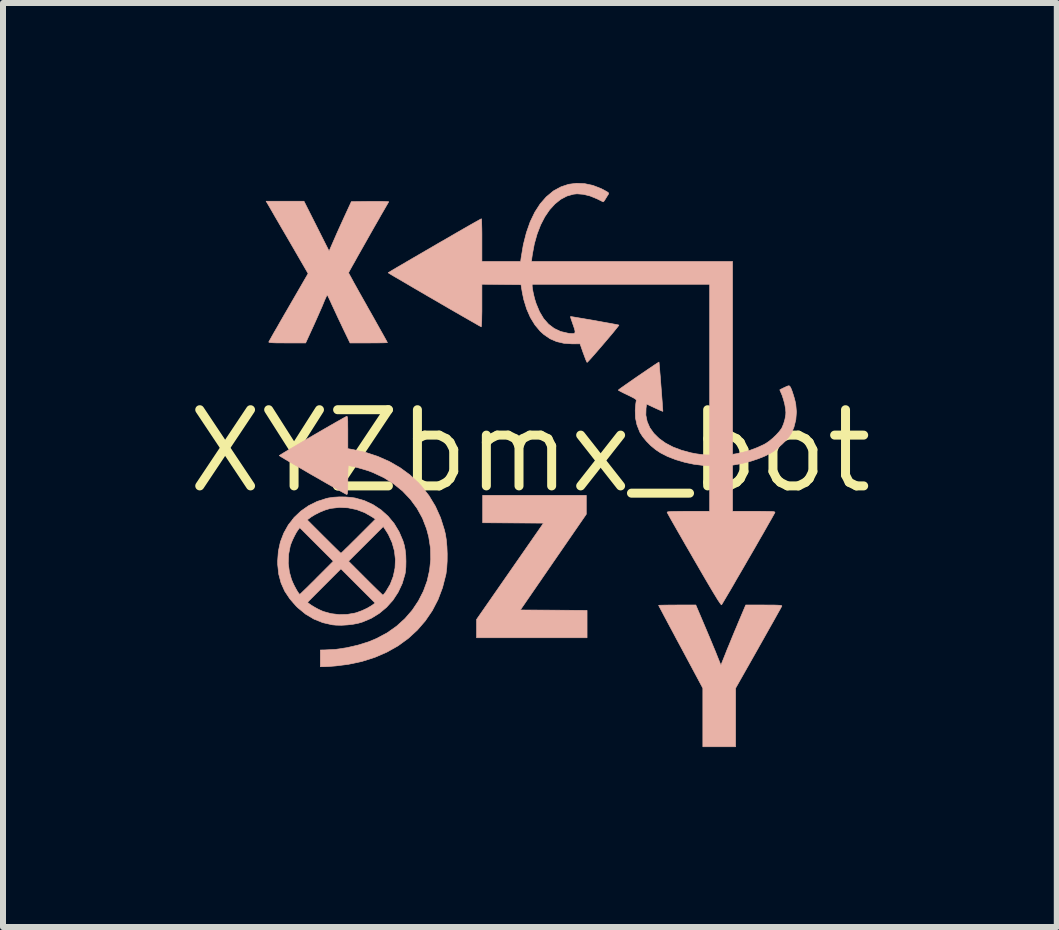
<source format=kicad_pcb>
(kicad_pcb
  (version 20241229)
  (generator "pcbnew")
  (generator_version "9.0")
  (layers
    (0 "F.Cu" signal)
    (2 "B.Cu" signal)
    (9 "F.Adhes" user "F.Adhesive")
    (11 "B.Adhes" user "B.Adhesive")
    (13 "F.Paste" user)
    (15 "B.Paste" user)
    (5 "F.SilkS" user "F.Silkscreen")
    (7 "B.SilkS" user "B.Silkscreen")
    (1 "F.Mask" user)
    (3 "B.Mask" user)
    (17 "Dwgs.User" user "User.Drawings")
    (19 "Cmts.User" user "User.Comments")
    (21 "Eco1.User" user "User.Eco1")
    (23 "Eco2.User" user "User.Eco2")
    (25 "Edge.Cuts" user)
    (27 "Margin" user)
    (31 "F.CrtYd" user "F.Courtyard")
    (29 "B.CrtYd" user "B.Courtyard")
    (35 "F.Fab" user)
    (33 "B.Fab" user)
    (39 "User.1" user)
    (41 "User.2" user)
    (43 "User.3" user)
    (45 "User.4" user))
  (footprint "XYZbmx_bot"
    (layer "F.Cu")
    (at 5.783 4.47)
    (property "Reference" "XYZbmx_bot" (at 0 0 0) (layer "F.SilkS") (effects (font (size 1.27 1.27) (thickness 0.15))))
    (attr through_hole)
    (fp_poly (pts (xy 0.94 1.052) (xy 0.39 1.85) (xy -0.159 2.648) (xy 0.397 2.651) (xy 0.953 2.655) (xy 0.953 3.111) (xy -0.889 3.111) (xy -0.889 2.806) (xy 0.227 1.2) (xy -0.28 1.197) (xy -0.787 1.194) (xy -0.787 0.737) (xy 0.94 0.737) (xy 0.94 1.052)) (stroke (width 0.01) (type solid)) (fill yes) (layer "B.SilkS"))
    (fp_poly (pts (xy 2.902 2.885) (xy 2.943 2.982) (xy 2.985 3.081) (xy 3.026 3.179) (xy 3.063 3.269) (xy 3.095 3.345) (xy 3.111 3.386) (xy 3.184 3.568) (xy 3.262 3.373) (xy 3.289 3.304) (xy 3.325 3.218) (xy 3.364 3.122) (xy 3.406 3.02) (xy 3.448 2.921) (xy 3.468 2.872) (xy 3.598 2.565) (xy 3.902 2.565) (xy 3.999 2.566) (xy 4.074 2.566) (xy 4.128 2.568) (xy 4.165 2.57) (xy 4.188 2.573) (xy 4.198 2.577) (xy 4.2 2.583) (xy 4.2 2.583) (xy 4.192 2.597) (xy 4.174 2.631) (xy 4.144 2.684) (xy 4.106 2.752) (xy 4.06 2.835) (xy 4.006 2.93) (xy 3.947 3.035) (xy 3.883 3.149) (xy 3.815 3.269) (xy 3.811 3.277) (xy 3.429 3.952) (xy 3.429 4.928) (xy 2.883 4.928) (xy 2.883 3.952) (xy 2.515 3.264) (xy 2.449 3.142) (xy 2.388 3.027) (xy 2.331 2.921) (xy 2.28 2.825) (xy 2.235 2.741) (xy 2.199 2.672) (xy 2.171 2.62) (xy 2.153 2.585) (xy 2.146 2.571) (xy 2.146 2.571) (xy 2.158 2.569) (xy 2.193 2.568) (xy 2.245 2.567) (xy 2.313 2.566) (xy 2.392 2.566) (xy 2.456 2.565) (xy 2.766 2.565) (xy 2.902 2.885)) (stroke (width 0.01) (type solid)) (fill yes) (layer "B.SilkS"))
    (fp_poly (pts (xy -4.081 -4.166) (xy -3.766 -4.166) (xy -3.556 -3.75) (xy -3.347 -3.334) (xy -3.281 -3.486) (xy -3.255 -3.545) (xy -3.222 -3.621) (xy -3.183 -3.708) (xy -3.142 -3.798) (xy -3.102 -3.886) (xy -3.096 -3.899) (xy -2.976 -4.159) (xy -2.662 -4.163) (xy -2.576 -4.163) (xy -2.499 -4.163) (xy -2.436 -4.162) (xy -2.388 -4.16) (xy -2.36 -4.158) (xy -2.353 -4.156) (xy -2.39 -4.093) (xy -2.433 -4.018) (xy -2.483 -3.932) (xy -2.536 -3.838) (xy -2.593 -3.739) (xy -2.651 -3.637) (xy -2.709 -3.534) (xy -2.766 -3.433) (xy -2.821 -3.336) (xy -2.872 -3.246) (xy -2.917 -3.164) (xy -2.957 -3.094) (xy -2.988 -3.038) (xy -3.01 -2.998) (xy -3.021 -2.977) (xy -3.023 -2.974) (xy -3.017 -2.961) (xy -2.999 -2.928) (xy -2.971 -2.877) (xy -2.935 -2.81) (xy -2.89 -2.73) (xy -2.839 -2.638) (xy -2.782 -2.537) (xy -2.721 -2.429) (xy -2.699 -2.389) (xy -2.636 -2.278) (xy -2.578 -2.175) (xy -2.525 -2.08) (xy -2.478 -1.996) (xy -2.438 -1.925) (xy -2.407 -1.869) (xy -2.386 -1.831) (xy -2.376 -1.811) (xy -2.375 -1.809) (xy -2.387 -1.808) (xy -2.421 -1.806) (xy -2.474 -1.805) (xy -2.541 -1.804) (xy -2.621 -1.804) (xy -2.686 -1.803) (xy -2.998 -1.803) (xy -3.116 -2.048) (xy -3.156 -2.133) (xy -3.199 -2.223) (xy -3.239 -2.31) (xy -3.275 -2.387) (xy -3.303 -2.447) (xy -3.329 -2.505) (xy -3.351 -2.552) (xy -3.368 -2.586) (xy -3.378 -2.602) (xy -3.379 -2.603) (xy -3.386 -2.592) (xy -3.4 -2.562) (xy -3.42 -2.518) (xy -3.441 -2.467) (xy -3.463 -2.413) (xy -3.494 -2.343) (xy -3.53 -2.261) (xy -3.569 -2.173) (xy -3.608 -2.086) (xy -3.617 -2.067) (xy -3.738 -1.803) (xy -4.048 -1.803) (xy -4.146 -1.804) (xy -4.222 -1.804) (xy -4.277 -1.806) (xy -4.315 -1.808) (xy -4.338 -1.811) (xy -4.35 -1.815) (xy -4.352 -1.82) (xy -4.352 -1.821) (xy -4.344 -1.836) (xy -4.325 -1.87) (xy -4.296 -1.922) (xy -4.258 -1.989) (xy -4.211 -2.069) (xy -4.159 -2.161) (xy -4.101 -2.262) (xy -4.038 -2.37) (xy -4.021 -2.4) (xy -3.697 -2.96) (xy -4.015 -3.509) (xy -4.079 -3.619) (xy -4.14 -3.723) (xy -4.196 -3.82) (xy -4.247 -3.907) (xy -4.29 -3.982) (xy -4.325 -4.043) (xy -4.35 -4.086) (xy -4.364 -4.11) (xy -4.365 -4.112) (xy -4.397 -4.166) (xy -4.081 -4.166)) (stroke (width 0.01) (type solid)) (fill yes) (layer "B.SilkS"))
    (fp_poly (pts (xy -3.045 -0.575) (xy -3.041 -0.561) (xy -3.038 -0.536) (xy -3.036 -0.495) (xy -3.036 -0.436) (xy -3.035 -0.356) (xy -3.035 -0.314) (xy -3.035 -0.041) (xy -2.95 -0.026) (xy -2.738 0.021) (xy -2.535 0.088) (xy -2.343 0.173) (xy -2.164 0.276) (xy -2.002 0.394) (xy -1.857 0.528) (xy -1.815 0.574) (xy -1.683 0.741) (xy -1.575 0.92) (xy -1.489 1.111) (xy -1.425 1.314) (xy -1.408 1.385) (xy -1.393 1.481) (xy -1.383 1.592) (xy -1.378 1.713) (xy -1.379 1.833) (xy -1.386 1.947) (xy -1.398 2.045) (xy -1.402 2.063) (xy -1.456 2.275) (xy -1.531 2.474) (xy -1.627 2.659) (xy -1.743 2.829) (xy -1.877 2.984) (xy -2.029 3.123) (xy -2.198 3.246) (xy -2.384 3.351) (xy -2.585 3.438) (xy -2.8 3.506) (xy -3.03 3.555) (xy -3.239 3.581) (xy -3.303 3.586) (xy -3.364 3.591) (xy -3.413 3.593) (xy -3.439 3.594) (xy -3.493 3.594) (xy -3.493 3.315) (xy -3.419 3.314) (xy -3.24 3.305) (xy -3.053 3.277) (xy -2.866 3.234) (xy -2.687 3.178) (xy -2.553 3.122) (xy -2.379 3.029) (xy -2.222 2.918) (xy -2.082 2.791) (xy -1.96 2.65) (xy -1.858 2.497) (xy -1.775 2.335) (xy -1.712 2.163) (xy -1.672 1.985) (xy -1.653 1.803) (xy -1.657 1.617) (xy -1.686 1.43) (xy -1.722 1.295) (xy -1.79 1.119) (xy -1.881 0.954) (xy -1.992 0.803) (xy -2.122 0.666) (xy -2.27 0.546) (xy -2.435 0.442) (xy -2.616 0.357) (xy -2.686 0.33) (xy -2.737 0.314) (xy -2.797 0.296) (xy -2.861 0.278) (xy -2.923 0.262) (xy -2.976 0.25) (xy -3.014 0.243) (xy -3.026 0.242) (xy -3.029 0.254) (xy -3.031 0.287) (xy -3.033 0.338) (xy -3.035 0.403) (xy -3.035 0.478) (xy -3.035 0.484) (xy -3.036 0.568) (xy -3.036 0.631) (xy -3.038 0.674) (xy -3.041 0.702) (xy -3.045 0.717) (xy -3.051 0.722) (xy -3.055 0.722) (xy -3.07 0.715) (xy -3.104 0.696) (xy -3.155 0.668) (xy -3.219 0.632) (xy -3.295 0.589) (xy -3.38 0.541) (xy -3.471 0.489) (xy -3.566 0.434) (xy -3.663 0.379) (xy -3.758 0.323) (xy -3.849 0.27) (xy -3.935 0.221) (xy -4.011 0.176) (xy -4.076 0.138) (xy -4.127 0.107) (xy -4.161 0.086) (xy -4.177 0.075) (xy -4.178 0.074) (xy -4.167 0.067) (xy -4.137 0.048) (xy -4.09 0.019) (xy -4.029 -0.017) (xy -3.955 -0.061) (xy -3.873 -0.109) (xy -3.783 -0.162) (xy -3.689 -0.217) (xy -3.593 -0.273) (xy -3.497 -0.329) (xy -3.405 -0.382) (xy -3.318 -0.432) (xy -3.24 -0.477) (xy -3.172 -0.515) (xy -3.118 -0.546) (xy -3.079 -0.567) (xy -3.058 -0.578) (xy -3.057 -0.579) (xy -3.05 -0.58) (xy -3.045 -0.575)) (stroke (width 0.01) (type solid)) (fill yes) (layer "B.SilkS"))
    (fp_poly (pts (xy -3.075 0.764) (xy -2.978 0.772) (xy -2.911 0.782) (xy -2.757 0.826) (xy -2.613 0.893) (xy -2.481 0.98) (xy -2.364 1.085) (xy -2.263 1.207) (xy -2.18 1.345) (xy -2.116 1.495) (xy -2.094 1.568) (xy -2.079 1.646) (xy -2.069 1.739) (xy -2.066 1.838) (xy -2.068 1.934) (xy -2.076 2.02) (xy -2.082 2.051) (xy -2.128 2.207) (xy -2.196 2.352) (xy -2.283 2.485) (xy -2.389 2.603) (xy -2.51 2.704) (xy -2.645 2.787) (xy -2.792 2.849) (xy -2.864 2.87) (xy -2.947 2.886) (xy -3.042 2.897) (xy -3.141 2.903) (xy -3.232 2.901) (xy -3.296 2.895) (xy -3.453 2.859) (xy -3.6 2.8) (xy -3.738 2.718) (xy -3.867 2.612) (xy -3.894 2.586) (xy -3.951 2.521) (xy -3.708 2.521) (xy -3.68 2.543) (xy -3.64 2.571) (xy -3.585 2.604) (xy -3.526 2.636) (xy -3.47 2.662) (xy -3.441 2.674) (xy -3.314 2.709) (xy -3.179 2.725) (xy -3.045 2.722) (xy -2.918 2.7) (xy -2.889 2.692) (xy -2.799 2.659) (xy -2.713 2.619) (xy -2.64 2.576) (xy -2.62 2.562) (xy -2.58 2.532) (xy -2.865 2.247) (xy -3.15 1.962) (xy -3.708 2.521) (xy -3.951 2.521) (xy -4.002 2.462) (xy -4.087 2.334) (xy -4.148 2.197) (xy -4.187 2.05) (xy -4.204 1.891) (xy -4.204 1.869) (xy -4.028 1.869) (xy -4.009 2.015) (xy -3.975 2.135) (xy -3.956 2.182) (xy -3.932 2.234) (xy -3.905 2.285) (xy -3.879 2.331) (xy -3.856 2.366) (xy -3.84 2.385) (xy -3.835 2.387) (xy -3.825 2.379) (xy -3.799 2.354) (xy -3.76 2.316) (xy -3.709 2.267) (xy -3.65 2.208) (xy -3.583 2.142) (xy -3.553 2.111) (xy -3.277 1.835) (xy -3.023 1.835) (xy -2.74 2.118) (xy -2.671 2.187) (xy -2.607 2.25) (xy -2.551 2.305) (xy -2.505 2.349) (xy -2.472 2.381) (xy -2.453 2.398) (xy -2.45 2.4) (xy -2.439 2.391) (xy -2.419 2.366) (xy -2.402 2.344) (xy -2.328 2.22) (xy -2.277 2.087) (xy -2.248 1.948) (xy -2.242 1.806) (xy -2.258 1.664) (xy -2.297 1.525) (xy -2.358 1.391) (xy -2.392 1.336) (xy -2.444 1.257) (xy -2.733 1.546) (xy -3.023 1.835) (xy -3.277 1.835) (xy -3.277 1.835) (xy -3.556 1.556) (xy -3.836 1.276) (xy -3.861 1.308) (xy -3.892 1.354) (xy -3.925 1.416) (xy -3.957 1.482) (xy -3.983 1.546) (xy -3.994 1.577) (xy -4.022 1.721) (xy -4.028 1.869) (xy -4.204 1.869) (xy -4.205 1.835) (xy -4.193 1.67) (xy -4.159 1.513) (xy -4.102 1.365) (xy -4.026 1.229) (xy -3.96 1.146) (xy -3.712 1.146) (xy -3.434 1.424) (xy -3.365 1.492) (xy -3.302 1.555) (xy -3.247 1.609) (xy -3.202 1.653) (xy -3.17 1.684) (xy -3.152 1.7) (xy -3.15 1.702) (xy -3.139 1.693) (xy -3.113 1.669) (xy -3.074 1.63) (xy -3.023 1.581) (xy -2.963 1.521) (xy -2.896 1.455) (xy -2.859 1.418) (xy -2.575 1.134) (xy -2.631 1.096) (xy -2.755 1.025) (xy -2.89 0.974) (xy -3.032 0.945) (xy -3.174 0.938) (xy -3.314 0.954) (xy -3.338 0.959) (xy -3.417 0.983) (xy -3.502 1.018) (xy -3.585 1.06) (xy -3.653 1.102) (xy -3.656 1.105) (xy -3.712 1.146) (xy -3.96 1.146) (xy -3.931 1.107) (xy -3.818 1) (xy -3.69 0.91) (xy -3.547 0.839) (xy -3.392 0.789) (xy -3.357 0.781) (xy -3.275 0.769) (xy -3.178 0.763) (xy -3.075 0.764)) (stroke (width 0.01) (type solid)) (fill yes) (layer "B.SilkS"))
    (fp_poly (pts (xy 0.912 -4.459) (xy 1.049 -4.43) (xy 1.186 -4.377) (xy 1.267 -4.334) (xy 1.299 -4.315) (xy 1.313 -4.301) (xy 1.311 -4.287) (xy 1.301 -4.27) (xy 1.279 -4.236) (xy 1.256 -4.198) (xy 1.254 -4.195) (xy 1.236 -4.168) (xy 1.223 -4.156) (xy 1.221 -4.156) (xy 1.207 -4.162) (xy 1.175 -4.178) (xy 1.133 -4.199) (xy 1.114 -4.208) (xy 1.001 -4.254) (xy 0.891 -4.281) (xy 0.786 -4.289) (xy 0.727 -4.283) (xy 0.617 -4.252) (xy 0.513 -4.197) (xy 0.417 -4.12) (xy 0.328 -4.022) (xy 0.249 -3.906) (xy 0.179 -3.771) (xy 0.121 -3.621) (xy 0.074 -3.455) (xy 0.041 -3.277) (xy 0.033 -3.223) (xy 0.026 -3.162) (xy 1.702 -3.162) (xy 3.378 -3.162) (xy 3.378 0.053) (xy 3.432 0.045) (xy 3.55 0.02) (xy 3.673 -0.015) (xy 3.792 -0.06) (xy 3.899 -0.109) (xy 3.935 -0.129) (xy 3.989 -0.166) (xy 4.048 -0.215) (xy 4.105 -0.269) (xy 4.155 -0.324) (xy 4.192 -0.373) (xy 4.202 -0.39) (xy 4.23 -0.457) (xy 4.252 -0.533) (xy 4.265 -0.607) (xy 4.267 -0.645) (xy 4.262 -0.705) (xy 4.249 -0.779) (xy 4.229 -0.856) (xy 4.206 -0.927) (xy 4.196 -0.951) (xy 4.18 -0.988) (xy 4.169 -1.013) (xy 4.166 -1.022) (xy 4.176 -1.028) (xy 4.204 -1.042) (xy 4.242 -1.061) (xy 4.243 -1.061) (xy 4.284 -1.08) (xy 4.309 -1.089) (xy 4.324 -1.088) (xy 4.334 -1.079) (xy 4.338 -1.074) (xy 4.353 -1.046) (xy 4.371 -1) (xy 4.39 -0.942) (xy 4.409 -0.88) (xy 4.424 -0.82) (xy 4.432 -0.782) (xy 4.443 -0.654) (xy 4.433 -0.524) (xy 4.402 -0.4) (xy 4.36 -0.301) (xy 4.324 -0.246) (xy 4.272 -0.184) (xy 4.208 -0.119) (xy 4.139 -0.057) (xy 4.07 -0.002) (xy 4.008 0.037) (xy 3.916 0.083) (xy 3.807 0.127) (xy 3.69 0.166) (xy 3.572 0.197) (xy 3.504 0.212) (xy 3.378 0.234) (xy 3.378 1.003) (xy 3.735 1.003) (xy 3.84 1.003) (xy 3.922 1.004) (xy 3.983 1.005) (xy 4.028 1.006) (xy 4.058 1.008) (xy 4.075 1.012) (xy 4.083 1.016) (xy 4.085 1.022) (xy 4.084 1.025) (xy 4.076 1.04) (xy 4.056 1.075) (xy 4.027 1.128) (xy 3.988 1.195) (xy 3.942 1.276) (xy 3.89 1.368) (xy 3.832 1.468) (xy 3.771 1.575) (xy 3.707 1.686) (xy 3.641 1.799) (xy 3.576 1.912) (xy 3.512 2.022) (xy 3.45 2.128) (xy 3.393 2.228) (xy 3.34 2.319) (xy 3.293 2.398) (xy 3.254 2.464) (xy 3.224 2.515) (xy 3.204 2.548) (xy 3.196 2.562) (xy 3.196 2.562) (xy 3.19 2.56) (xy 3.178 2.546) (xy 3.159 2.519) (xy 3.132 2.479) (xy 3.098 2.423) (xy 3.054 2.351) (xy 3.001 2.262) (xy 2.938 2.155) (xy 2.864 2.028) (xy 2.779 1.881) (xy 2.737 1.809) (xy 2.663 1.68) (xy 2.592 1.558) (xy 2.527 1.444) (xy 2.467 1.34) (xy 2.414 1.247) (xy 2.369 1.168) (xy 2.333 1.104) (xy 2.307 1.057) (xy 2.292 1.029) (xy 2.288 1.022) (xy 2.29 1.016) (xy 2.3 1.012) (xy 2.321 1.009) (xy 2.354 1.006) (xy 2.404 1.005) (xy 2.472 1.004) (xy 2.561 1.003) (xy 2.641 1.003) (xy 2.997 1.003) (xy 2.997 0.245) (xy 2.88 0.237) (xy 2.734 0.219) (xy 2.583 0.187) (xy 2.434 0.143) (xy 2.296 0.09) (xy 2.177 0.029) (xy 2.096 -0.025) (xy 2.016 -0.091) (xy 1.943 -0.165) (xy 1.881 -0.24) (xy 1.836 -0.31) (xy 1.832 -0.318) (xy 1.785 -0.437) (xy 1.76 -0.554) (xy 1.756 -0.678) (xy 1.757 -0.692) (xy 1.761 -0.747) (xy 1.766 -0.795) (xy 1.771 -0.828) (xy 1.773 -0.835) (xy 1.774 -0.847) (xy 1.769 -0.859) (xy 1.753 -0.872) (xy 1.724 -0.889) (xy 1.677 -0.913) (xy 1.628 -0.937) (xy 1.571 -0.964) (xy 1.524 -0.988) (xy 1.49 -1.006) (xy 1.474 -1.016) (xy 1.474 -1.017) (xy 1.484 -1.026) (xy 1.511 -1.047) (xy 1.554 -1.077) (xy 1.609 -1.116) (xy 1.672 -1.16) (xy 1.742 -1.209) (xy 1.815 -1.259) (xy 1.887 -1.308) (xy 1.956 -1.355) (xy 2.02 -1.398) (xy 2.074 -1.435) (xy 2.116 -1.462) (xy 2.143 -1.479) (xy 2.152 -1.484) (xy 2.154 -1.47) (xy 2.157 -1.436) (xy 2.162 -1.383) (xy 2.167 -1.316) (xy 2.174 -1.238) (xy 2.18 -1.153) (xy 2.187 -1.065) (xy 2.194 -0.977) (xy 2.2 -0.894) (xy 2.206 -0.818) (xy 2.21 -0.753) (xy 2.214 -0.703) (xy 2.216 -0.672) (xy 2.216 -0.663) (xy 2.204 -0.667) (xy 2.174 -0.679) (xy 2.13 -0.699) (xy 2.079 -0.722) (xy 1.945 -0.785) (xy 1.936 -0.713) (xy 1.933 -0.6) (xy 1.955 -0.492) (xy 1.999 -0.391) (xy 2.066 -0.297) (xy 2.153 -0.211) (xy 2.259 -0.135) (xy 2.384 -0.069) (xy 2.526 -0.015) (xy 2.685 0.028) (xy 2.775 0.045) (xy 2.834 0.053) (xy 2.89 0.06) (xy 2.933 0.063) (xy 2.943 0.063) (xy 2.997 0.064) (xy 2.997 -2.781) (xy 0.038 -2.781) (xy 0.038 -2.75) (xy 0.042 -2.712) (xy 0.052 -2.656) (xy 0.066 -2.592) (xy 0.083 -2.526) (xy 0.102 -2.466) (xy 0.103 -2.462) (xy 0.16 -2.325) (xy 0.229 -2.209) (xy 0.311 -2.116) (xy 0.405 -2.045) (xy 0.513 -1.994) (xy 0.634 -1.966) (xy 0.66 -1.962) (xy 0.706 -1.959) (xy 0.736 -1.961) (xy 0.751 -1.974) (xy 0.753 -2) (xy 0.742 -2.042) (xy 0.721 -2.105) (xy 0.719 -2.109) (xy 0.701 -2.162) (xy 0.686 -2.205) (xy 0.678 -2.234) (xy 0.677 -2.243) (xy 0.69 -2.242) (xy 0.724 -2.237) (xy 0.776 -2.228) (xy 0.842 -2.217) (xy 0.919 -2.204) (xy 1.002 -2.19) (xy 1.089 -2.175) (xy 1.175 -2.159) (xy 1.258 -2.144) (xy 1.333 -2.131) (xy 1.396 -2.119) (xy 1.445 -2.11) (xy 1.476 -2.103) (xy 1.484 -2.101) (xy 1.478 -2.09) (xy 1.457 -2.063) (xy 1.425 -2.023) (xy 1.383 -1.971) (xy 1.333 -1.912) (xy 1.279 -1.848) (xy 1.222 -1.781) (xy 1.165 -1.715) (xy 1.11 -1.651) (xy 1.06 -1.594) (xy 1.017 -1.545) (xy 0.983 -1.508) (xy 0.961 -1.485) (xy 0.953 -1.479) (xy 0.945 -1.493) (xy 0.931 -1.526) (xy 0.913 -1.573) (xy 0.892 -1.63) (xy 0.889 -1.637) (xy 0.836 -1.789) (xy 0.707 -1.788) (xy 0.569 -1.797) (xy 0.447 -1.825) (xy 0.336 -1.873) (xy 0.234 -1.943) (xy 0.171 -2) (xy 0.084 -2.104) (xy 0.008 -2.228) (xy -0.054 -2.37) (xy -0.102 -2.526) (xy -0.126 -2.641) (xy -0.148 -2.775) (xy -0.474 -2.778) (xy -0.8 -2.782) (xy -0.8 -2.425) (xy -0.8 -2.329) (xy -0.802 -2.244) (xy -0.803 -2.173) (xy -0.806 -2.119) (xy -0.808 -2.084) (xy -0.811 -2.072) (xy -0.811 -2.072) (xy -0.826 -2.08) (xy -0.861 -2.099) (xy -0.912 -2.129) (xy -0.979 -2.167) (xy -1.059 -2.213) (xy -1.15 -2.265) (xy -1.249 -2.322) (xy -1.355 -2.383) (xy -1.465 -2.447) (xy -1.578 -2.513) (xy -1.691 -2.578) (xy -1.802 -2.643) (xy -1.909 -2.705) (xy -2.009 -2.764) (xy -2.101 -2.818) (xy -2.183 -2.866) (xy -2.252 -2.906) (xy -2.306 -2.938) (xy -2.343 -2.961) (xy -2.361 -2.972) (xy -2.362 -2.973) (xy -2.351 -2.98) (xy -2.321 -2.999) (xy -2.273 -3.028) (xy -2.209 -3.066) (xy -2.131 -3.111) (xy -2.043 -3.163) (xy -1.945 -3.22) (xy -1.84 -3.281) (xy -1.73 -3.345) (xy -1.618 -3.41) (xy -1.505 -3.476) (xy -1.393 -3.54) (xy -1.285 -3.603) (xy -1.183 -3.662) (xy -1.089 -3.716) (xy -1.005 -3.764) (xy -0.933 -3.805) (xy -0.875 -3.837) (xy -0.834 -3.86) (xy -0.812 -3.872) (xy -0.808 -3.873) (xy -0.806 -3.861) (xy -0.804 -3.827) (xy -0.803 -3.774) (xy -0.801 -3.705) (xy -0.8 -3.623) (xy -0.8 -3.532) (xy -0.8 -3.518) (xy -0.8 -3.162) (xy -0.154 -3.162) (xy -0.146 -3.223) (xy -0.109 -3.443) (xy -0.058 -3.643) (xy 0.005 -3.823) (xy 0.082 -3.983) (xy 0.171 -4.121) (xy 0.272 -4.237) (xy 0.386 -4.332) (xy 0.4 -4.342) (xy 0.519 -4.406) (xy 0.645 -4.448) (xy 0.777 -4.465) (xy 0.912 -4.459)) (stroke (width 0.01) (type solid)) (fill yes) (layer "B.SilkS")))
  (gr_rect
    (start -3 -3)
    (end 14.566 12.403)
    (stroke (width 0.1) (type default))
    (fill no)
    (layer "Edge.Cuts")))
</source>
